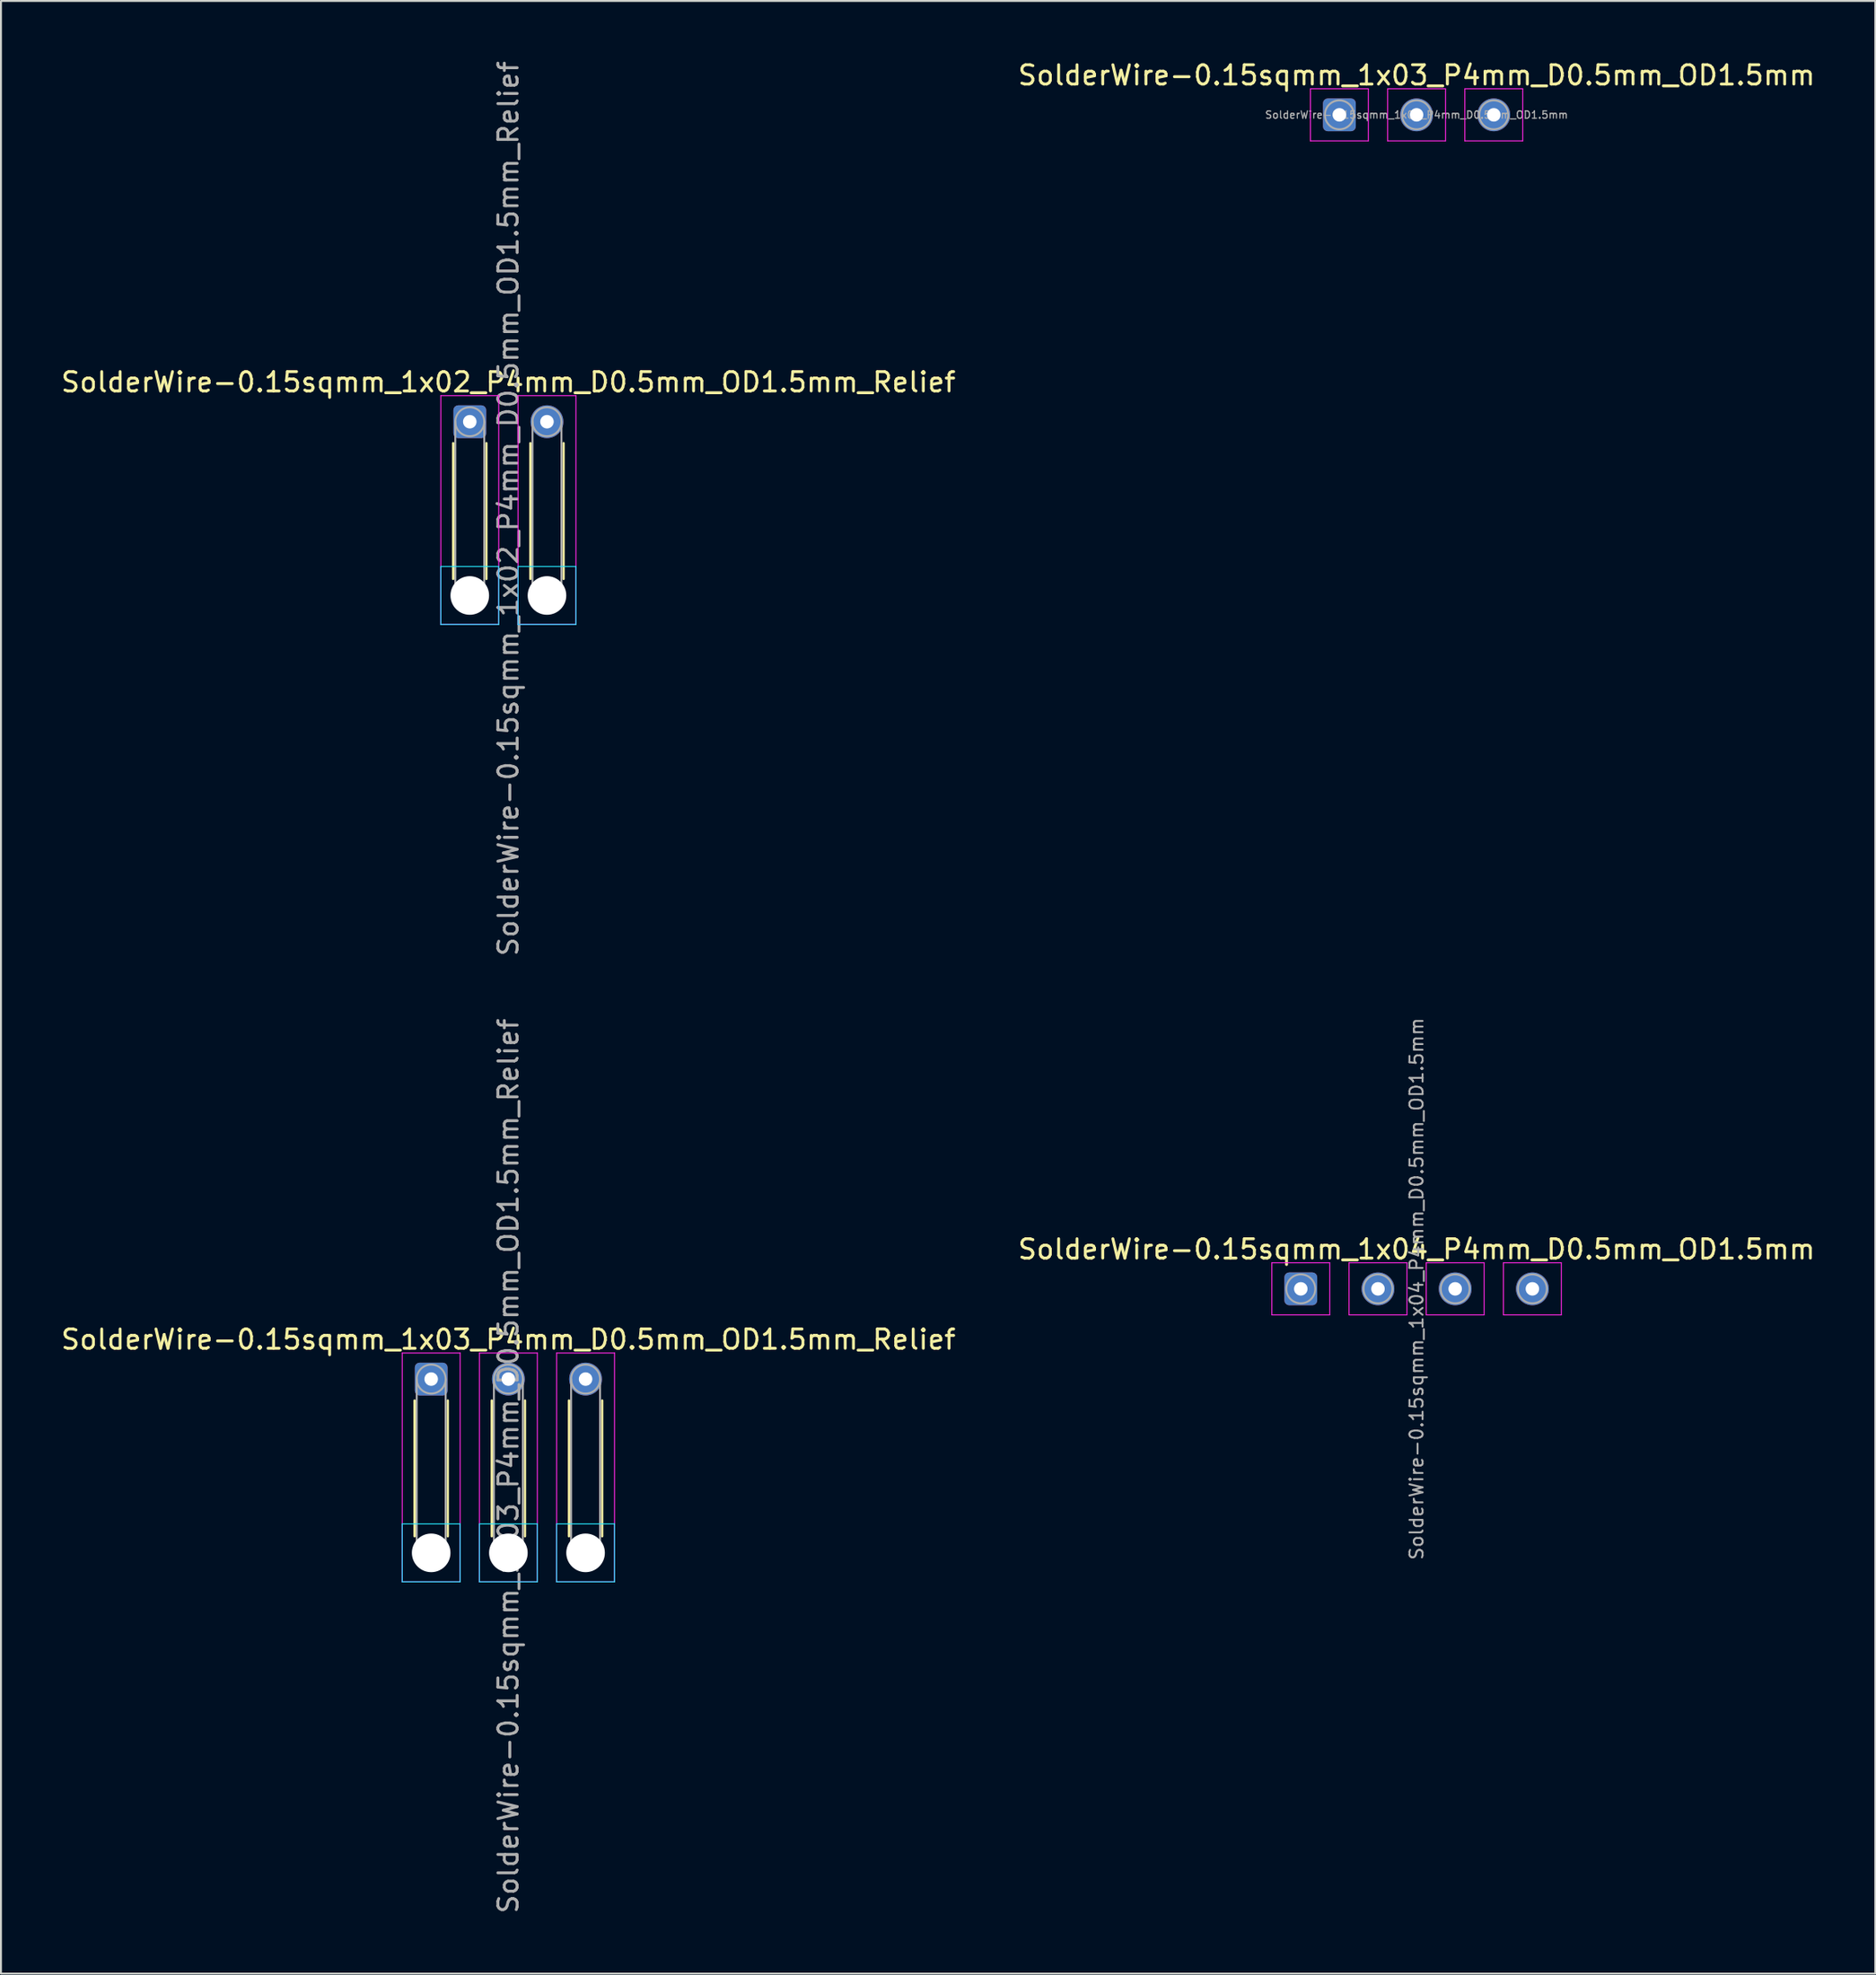
<source format=kicad_pcb>
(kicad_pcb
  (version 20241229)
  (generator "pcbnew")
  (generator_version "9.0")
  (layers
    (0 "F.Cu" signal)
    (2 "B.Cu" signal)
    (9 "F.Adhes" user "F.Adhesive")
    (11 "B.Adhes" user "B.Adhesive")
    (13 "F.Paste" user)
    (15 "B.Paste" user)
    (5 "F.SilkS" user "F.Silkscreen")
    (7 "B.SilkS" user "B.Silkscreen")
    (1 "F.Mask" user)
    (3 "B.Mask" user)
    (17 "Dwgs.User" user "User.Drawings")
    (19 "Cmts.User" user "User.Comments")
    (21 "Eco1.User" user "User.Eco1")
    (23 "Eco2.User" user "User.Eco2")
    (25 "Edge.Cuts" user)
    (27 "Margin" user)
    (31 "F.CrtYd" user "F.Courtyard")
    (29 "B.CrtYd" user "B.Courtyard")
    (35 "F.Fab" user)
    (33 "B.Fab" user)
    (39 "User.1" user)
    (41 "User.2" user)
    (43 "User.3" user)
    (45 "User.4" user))
  (footprint "SolderWire-0.15sqmm_1x03_P4mm_D0.5mm_OD1.5mm_Relief"
    (layer "F.Cu")
    (at 19.292 68.375)
    (property "Reference" "SolderWire-0.15sqmm_1x03_P4mm_D0.5mm_OD1.5mm_Relief" (at 4 -2.05 0) (layer "F.SilkS") (effects (font (size 1 1) (thickness 0.15))))
    (attr exclude_from_pos_files exclude_from_bom)
    (fp_line (start -0.86 1.11) (end -0.86 8.14) (stroke (width 0.12) (type solid)) (layer "F.SilkS"))
    (fp_line (start 0.86 1.11) (end 0.86 8.14) (stroke (width 0.12) (type solid)) (layer "F.SilkS"))
    (fp_line (start 3.14 1.11) (end 3.14 8.14) (stroke (width 0.12) (type solid)) (layer "F.SilkS"))
    (fp_line (start 4.86 1.11) (end 4.86 8.14) (stroke (width 0.12) (type solid)) (layer "F.SilkS"))
    (fp_line (start 7.14 1.11) (end 7.14 8.14) (stroke (width 0.12) (type solid)) (layer "F.SilkS"))
    (fp_line (start 8.86 1.11) (end 8.86 8.14) (stroke (width 0.12) (type solid)) (layer "F.SilkS"))
    (fp_line (start -1.5 7.5) (end -1.5 10.5) (stroke (width 0.05) (type solid)) (layer "B.CrtYd"))
    (fp_line (start -1.5 10.5) (end 1.5 10.5) (stroke (width 0.05) (type solid)) (layer "B.CrtYd"))
    (fp_line (start 1.5 7.5) (end -1.5 7.5) (stroke (width 0.05) (type solid)) (layer "B.CrtYd"))
    (fp_line (start 1.5 10.5) (end 1.5 7.5) (stroke (width 0.05) (type solid)) (layer "B.CrtYd"))
    (fp_line (start 2.5 7.5) (end 2.5 10.5) (stroke (width 0.05) (type solid)) (layer "B.CrtYd"))
    (fp_line (start 2.5 10.5) (end 5.5 10.5) (stroke (width 0.05) (type solid)) (layer "B.CrtYd"))
    (fp_line (start 5.5 7.5) (end 2.5 7.5) (stroke (width 0.05) (type solid)) (layer "B.CrtYd"))
    (fp_line (start 5.5 10.5) (end 5.5 7.5) (stroke (width 0.05) (type solid)) (layer "B.CrtYd"))
    (fp_line (start 6.5 7.5) (end 6.5 10.5) (stroke (width 0.05) (type solid)) (layer "B.CrtYd"))
    (fp_line (start 6.5 10.5) (end 9.5 10.5) (stroke (width 0.05) (type solid)) (layer "B.CrtYd"))
    (fp_line (start 9.5 7.5) (end 6.5 7.5) (stroke (width 0.05) (type solid)) (layer "B.CrtYd"))
    (fp_line (start 9.5 10.5) (end 9.5 7.5) (stroke (width 0.05) (type solid)) (layer "B.CrtYd"))
    (fp_line (start -1.5 -1.35) (end -1.5 10.5) (stroke (width 0.05) (type solid)) (layer "F.CrtYd"))
    (fp_line (start -1.5 10.5) (end 1.5 10.5) (stroke (width 0.05) (type solid)) (layer "F.CrtYd"))
    (fp_line (start 1.5 -1.35) (end -1.5 -1.35) (stroke (width 0.05) (type solid)) (layer "F.CrtYd"))
    (fp_line (start 1.5 10.5) (end 1.5 -1.35) (stroke (width 0.05) (type solid)) (layer "F.CrtYd"))
    (fp_line (start 2.5 -1.35) (end 2.5 10.5) (stroke (width 0.05) (type solid)) (layer "F.CrtYd"))
    (fp_line (start 2.5 10.5) (end 5.5 10.5) (stroke (width 0.05) (type solid)) (layer "F.CrtYd"))
    (fp_line (start 5.5 -1.35) (end 2.5 -1.35) (stroke (width 0.05) (type solid)) (layer "F.CrtYd"))
    (fp_line (start 5.5 10.5) (end 5.5 -1.35) (stroke (width 0.05) (type solid)) (layer "F.CrtYd"))
    (fp_line (start 6.5 -1.35) (end 6.5 10.5) (stroke (width 0.05) (type solid)) (layer "F.CrtYd"))
    (fp_line (start 6.5 10.5) (end 9.5 10.5) (stroke (width 0.05) (type solid)) (layer "F.CrtYd"))
    (fp_line (start 9.5 -1.35) (end 6.5 -1.35) (stroke (width 0.05) (type solid)) (layer "F.CrtYd"))
    (fp_line (start 9.5 10.5) (end 9.5 -1.35) (stroke (width 0.05) (type solid)) (layer "F.CrtYd"))
    (fp_line (start -0.75 0) (end -0.75 9) (stroke (width 0.1) (type solid)) (layer "F.Fab"))
    (fp_line (start 0.75 0) (end 0.75 9) (stroke (width 0.1) (type solid)) (layer "F.Fab"))
    (fp_line (start 3.25 0) (end 3.25 9) (stroke (width 0.1) (type solid)) (layer "F.Fab"))
    (fp_line (start 4.75 0) (end 4.75 9) (stroke (width 0.1) (type solid)) (layer "F.Fab"))
    (fp_line (start 7.25 0) (end 7.25 9) (stroke (width 0.1) (type solid)) (layer "F.Fab"))
    (fp_line (start 8.75 0) (end 8.75 9) (stroke (width 0.1) (type solid)) (layer "F.Fab"))
    (fp_circle (center 0 0) (end 0.75 0) (stroke (width 0.1) (type solid)) (fill no) (layer "F.Fab"))
    (fp_circle (center 0 9) (end 0.75 9) (stroke (width 0.1) (type solid)) (fill no) (layer "F.Fab"))
    (fp_circle (center 4 0) (end 4.75 0) (stroke (width 0.1) (type solid)) (fill no) (layer "F.Fab"))
    (fp_circle (center 4 9) (end 4.75 9) (stroke (width 0.1) (type solid)) (fill no) (layer "F.Fab"))
    (fp_circle (center 8 0) (end 8.75 0) (stroke (width 0.1) (type solid)) (fill no) (layer "F.Fab"))
    (fp_circle (center 8 9) (end 8.75 9) (stroke (width 0.1) (type solid)) (fill no) (layer "F.Fab"))
    (fp_text user "${REFERENCE}" (at 4 4.5 90) (layer "F.Fab") (effects (font (size 1 1) (thickness 0.15))))
    (pad "" np_thru_hole circle (at 0 9) (size 2 2) (drill 2) (layers "*.Cu" "*.Mask"))
    (pad "" np_thru_hole circle (at 4 9) (size 2 2) (drill 2) (layers "*.Cu" "*.Mask"))
    (pad "" np_thru_hole circle (at 8 9) (size 2 2) (drill 2) (layers "*.Cu" "*.Mask"))
    (pad "1" thru_hole roundrect (at 0 0) (size 1.7 1.7) (drill 0.7) (layers "*.Cu" "*.Mask") (roundrect_rratio 0.147))
    (pad "2" thru_hole circle (at 4 0) (size 1.7 1.7) (drill 0.7) (layers "*.Cu" "*.Mask"))
    (pad "3" thru_hole circle (at 8 0) (size 1.7 1.7) (drill 0.7) (layers "*.Cu" "*.Mask")))
  (footprint "SolderWire-0.15sqmm_1x04_P4mm_D0.5mm_OD1.5mm"
    (layer "F.Cu")
    (at 64.351 63.702)
    (property "Reference" "SolderWire-0.15sqmm_1x04_P4mm_D0.5mm_OD1.5mm" (at 6 -2.05 0) (layer "F.SilkS") (effects (font (size 1 1) (thickness 0.15))))
    (attr exclude_from_pos_files exclude_from_bom)
    (fp_line (start -1.5 -1.35) (end -1.5 1.35) (stroke (width 0.05) (type solid)) (layer "F.CrtYd"))
    (fp_line (start -1.5 1.35) (end 1.5 1.35) (stroke (width 0.05) (type solid)) (layer "F.CrtYd"))
    (fp_line (start 1.5 -1.35) (end -1.5 -1.35) (stroke (width 0.05) (type solid)) (layer "F.CrtYd"))
    (fp_line (start 1.5 1.35) (end 1.5 -1.35) (stroke (width 0.05) (type solid)) (layer "F.CrtYd"))
    (fp_line (start 2.5 -1.35) (end 2.5 1.35) (stroke (width 0.05) (type solid)) (layer "F.CrtYd"))
    (fp_line (start 2.5 1.35) (end 5.5 1.35) (stroke (width 0.05) (type solid)) (layer "F.CrtYd"))
    (fp_line (start 5.5 -1.35) (end 2.5 -1.35) (stroke (width 0.05) (type solid)) (layer "F.CrtYd"))
    (fp_line (start 5.5 1.35) (end 5.5 -1.35) (stroke (width 0.05) (type solid)) (layer "F.CrtYd"))
    (fp_line (start 6.5 -1.35) (end 6.5 1.35) (stroke (width 0.05) (type solid)) (layer "F.CrtYd"))
    (fp_line (start 6.5 1.35) (end 9.5 1.35) (stroke (width 0.05) (type solid)) (layer "F.CrtYd"))
    (fp_line (start 9.5 -1.35) (end 6.5 -1.35) (stroke (width 0.05) (type solid)) (layer "F.CrtYd"))
    (fp_line (start 9.5 1.35) (end 9.5 -1.35) (stroke (width 0.05) (type solid)) (layer "F.CrtYd"))
    (fp_line (start 10.5 -1.35) (end 10.5 1.35) (stroke (width 0.05) (type solid)) (layer "F.CrtYd"))
    (fp_line (start 10.5 1.35) (end 13.5 1.35) (stroke (width 0.05) (type solid)) (layer "F.CrtYd"))
    (fp_line (start 13.5 -1.35) (end 10.5 -1.35) (stroke (width 0.05) (type solid)) (layer "F.CrtYd"))
    (fp_line (start 13.5 1.35) (end 13.5 -1.35) (stroke (width 0.05) (type solid)) (layer "F.CrtYd"))
    (fp_circle (center 0 0) (end 0.75 0) (stroke (width 0.1) (type solid)) (fill no) (layer "F.Fab"))
    (fp_circle (center 4 0) (end 4.75 0) (stroke (width 0.1) (type solid)) (fill no) (layer "F.Fab"))
    (fp_circle (center 8 0) (end 8.75 0) (stroke (width 0.1) (type solid)) (fill no) (layer "F.Fab"))
    (fp_circle (center 12 0) (end 12.75 0) (stroke (width 0.1) (type solid)) (fill no) (layer "F.Fab"))
    (fp_text user "${REFERENCE}" (at 6 0 90) (layer "F.Fab") (effects (font (size 0.68 0.68) (thickness 0.1))))
    (pad "1" thru_hole roundrect (at 0 0) (size 1.7 1.7) (drill 0.7) (layers "*.Cu" "*.Mask") (roundrect_rratio 0.147))
    (pad "2" thru_hole circle (at 4 0) (size 1.7 1.7) (drill 0.7) (layers "*.Cu" "*.Mask"))
    (pad "3" thru_hole circle (at 8 0) (size 1.7 1.7) (drill 0.7) (layers "*.Cu" "*.Mask"))
    (pad "4" thru_hole circle (at 12 0) (size 1.7 1.7) (drill 0.7) (layers "*.Cu" "*.Mask")))
  (footprint "SolderWire-0.15sqmm_1x02_P4mm_D0.5mm_OD1.5mm_Relief"
    (layer "F.Cu")
    (at 21.292 18.792)
    (property "Reference" "SolderWire-0.15sqmm_1x02_P4mm_D0.5mm_OD1.5mm_Relief" (at 2 -2.05 0) (layer "F.SilkS") (effects (font (size 1 1) (thickness 0.15))))
    (attr exclude_from_pos_files exclude_from_bom)
    (fp_line (start -0.86 1.11) (end -0.86 8.14) (stroke (width 0.12) (type solid)) (layer "F.SilkS"))
    (fp_line (start 0.86 1.11) (end 0.86 8.14) (stroke (width 0.12) (type solid)) (layer "F.SilkS"))
    (fp_line (start 3.14 1.11) (end 3.14 8.14) (stroke (width 0.12) (type solid)) (layer "F.SilkS"))
    (fp_line (start 4.86 1.11) (end 4.86 8.14) (stroke (width 0.12) (type solid)) (layer "F.SilkS"))
    (fp_line (start -1.5 7.5) (end -1.5 10.5) (stroke (width 0.05) (type solid)) (layer "B.CrtYd"))
    (fp_line (start -1.5 10.5) (end 1.5 10.5) (stroke (width 0.05) (type solid)) (layer "B.CrtYd"))
    (fp_line (start 1.5 7.5) (end -1.5 7.5) (stroke (width 0.05) (type solid)) (layer "B.CrtYd"))
    (fp_line (start 1.5 10.5) (end 1.5 7.5) (stroke (width 0.05) (type solid)) (layer "B.CrtYd"))
    (fp_line (start 2.5 7.5) (end 2.5 10.5) (stroke (width 0.05) (type solid)) (layer "B.CrtYd"))
    (fp_line (start 2.5 10.5) (end 5.5 10.5) (stroke (width 0.05) (type solid)) (layer "B.CrtYd"))
    (fp_line (start 5.5 7.5) (end 2.5 7.5) (stroke (width 0.05) (type solid)) (layer "B.CrtYd"))
    (fp_line (start 5.5 10.5) (end 5.5 7.5) (stroke (width 0.05) (type solid)) (layer "B.CrtYd"))
    (fp_line (start -1.5 -1.35) (end -1.5 10.5) (stroke (width 0.05) (type solid)) (layer "F.CrtYd"))
    (fp_line (start -1.5 10.5) (end 1.5 10.5) (stroke (width 0.05) (type solid)) (layer "F.CrtYd"))
    (fp_line (start 1.5 -1.35) (end -1.5 -1.35) (stroke (width 0.05) (type solid)) (layer "F.CrtYd"))
    (fp_line (start 1.5 10.5) (end 1.5 -1.35) (stroke (width 0.05) (type solid)) (layer "F.CrtYd"))
    (fp_line (start 2.5 -1.35) (end 2.5 10.5) (stroke (width 0.05) (type solid)) (layer "F.CrtYd"))
    (fp_line (start 2.5 10.5) (end 5.5 10.5) (stroke (width 0.05) (type solid)) (layer "F.CrtYd"))
    (fp_line (start 5.5 -1.35) (end 2.5 -1.35) (stroke (width 0.05) (type solid)) (layer "F.CrtYd"))
    (fp_line (start 5.5 10.5) (end 5.5 -1.35) (stroke (width 0.05) (type solid)) (layer "F.CrtYd"))
    (fp_line (start -0.75 0) (end -0.75 9) (stroke (width 0.1) (type solid)) (layer "F.Fab"))
    (fp_line (start 0.75 0) (end 0.75 9) (stroke (width 0.1) (type solid)) (layer "F.Fab"))
    (fp_line (start 3.25 0) (end 3.25 9) (stroke (width 0.1) (type solid)) (layer "F.Fab"))
    (fp_line (start 4.75 0) (end 4.75 9) (stroke (width 0.1) (type solid)) (layer "F.Fab"))
    (fp_circle (center 0 0) (end 0.75 0) (stroke (width 0.1) (type solid)) (fill no) (layer "F.Fab"))
    (fp_circle (center 0 9) (end 0.75 9) (stroke (width 0.1) (type solid)) (fill no) (layer "F.Fab"))
    (fp_circle (center 4 0) (end 4.75 0) (stroke (width 0.1) (type solid)) (fill no) (layer "F.Fab"))
    (fp_circle (center 4 9) (end 4.75 9) (stroke (width 0.1) (type solid)) (fill no) (layer "F.Fab"))
    (fp_text user "${REFERENCE}" (at 2 4.5 90) (layer "F.Fab") (effects (font (size 1 1) (thickness 0.15))))
    (pad "" np_thru_hole circle (at 0 9) (size 2 2) (drill 2) (layers "*.Cu" "*.Mask"))
    (pad "" np_thru_hole circle (at 4 9) (size 2 2) (drill 2) (layers "*.Cu" "*.Mask"))
    (pad "1" thru_hole roundrect (at 0 0) (size 1.7 1.7) (drill 0.7) (layers "*.Cu" "*.Mask") (roundrect_rratio 0.147))
    (pad "2" thru_hole circle (at 4 0) (size 1.7 1.7) (drill 0.7) (layers "*.Cu" "*.Mask")))
  (footprint "SolderWire-0.15sqmm_1x03_P4mm_D0.5mm_OD1.5mm"
    (layer "F.Cu")
    (at 66.351 2.898)
    (property "Reference" "SolderWire-0.15sqmm_1x03_P4mm_D0.5mm_OD1.5mm" (at 4 -2.05 0) (layer "F.SilkS") (effects (font (size 1 1) (thickness 0.15))))
    (attr exclude_from_pos_files exclude_from_bom)
    (fp_line (start -1.5 -1.35) (end -1.5 1.35) (stroke (width 0.05) (type solid)) (layer "F.CrtYd"))
    (fp_line (start -1.5 1.35) (end 1.5 1.35) (stroke (width 0.05) (type solid)) (layer "F.CrtYd"))
    (fp_line (start 1.5 -1.35) (end -1.5 -1.35) (stroke (width 0.05) (type solid)) (layer "F.CrtYd"))
    (fp_line (start 1.5 1.35) (end 1.5 -1.35) (stroke (width 0.05) (type solid)) (layer "F.CrtYd"))
    (fp_line (start 2.5 -1.35) (end 2.5 1.35) (stroke (width 0.05) (type solid)) (layer "F.CrtYd"))
    (fp_line (start 2.5 1.35) (end 5.5 1.35) (stroke (width 0.05) (type solid)) (layer "F.CrtYd"))
    (fp_line (start 5.5 -1.35) (end 2.5 -1.35) (stroke (width 0.05) (type solid)) (layer "F.CrtYd"))
    (fp_line (start 5.5 1.35) (end 5.5 -1.35) (stroke (width 0.05) (type solid)) (layer "F.CrtYd"))
    (fp_line (start 6.5 -1.35) (end 6.5 1.35) (stroke (width 0.05) (type solid)) (layer "F.CrtYd"))
    (fp_line (start 6.5 1.35) (end 9.5 1.35) (stroke (width 0.05) (type solid)) (layer "F.CrtYd"))
    (fp_line (start 9.5 -1.35) (end 6.5 -1.35) (stroke (width 0.05) (type solid)) (layer "F.CrtYd"))
    (fp_line (start 9.5 1.35) (end 9.5 -1.35) (stroke (width 0.05) (type solid)) (layer "F.CrtYd"))
    (fp_circle (center 0 0) (end 0.75 0) (stroke (width 0.1) (type solid)) (fill no) (layer "F.Fab"))
    (fp_circle (center 4 0) (end 4.75 0) (stroke (width 0.1) (type solid)) (fill no) (layer "F.Fab"))
    (fp_circle (center 8 0) (end 8.75 0) (stroke (width 0.1) (type solid)) (fill no) (layer "F.Fab"))
    (fp_text user "${REFERENCE}" (at 4 0 0) (layer "F.Fab") (effects (font (size 0.38 0.38) (thickness 0.06))))
    (pad "1" thru_hole roundrect (at 0 0) (size 1.7 1.7) (drill 0.7) (layers "*.Cu" "*.Mask") (roundrect_rratio 0.147))
    (pad "2" thru_hole circle (at 4 0) (size 1.7 1.7) (drill 0.7) (layers "*.Cu" "*.Mask"))
    (pad "3" thru_hole circle (at 8 0) (size 1.7 1.7) (drill 0.7) (layers "*.Cu" "*.Mask")))
  (gr_rect
    (start -3 -3)
    (end 94.119 99.167)
    (stroke (width 0.1) (type default))
    (fill no)
    (layer "Edge.Cuts")))
</source>
